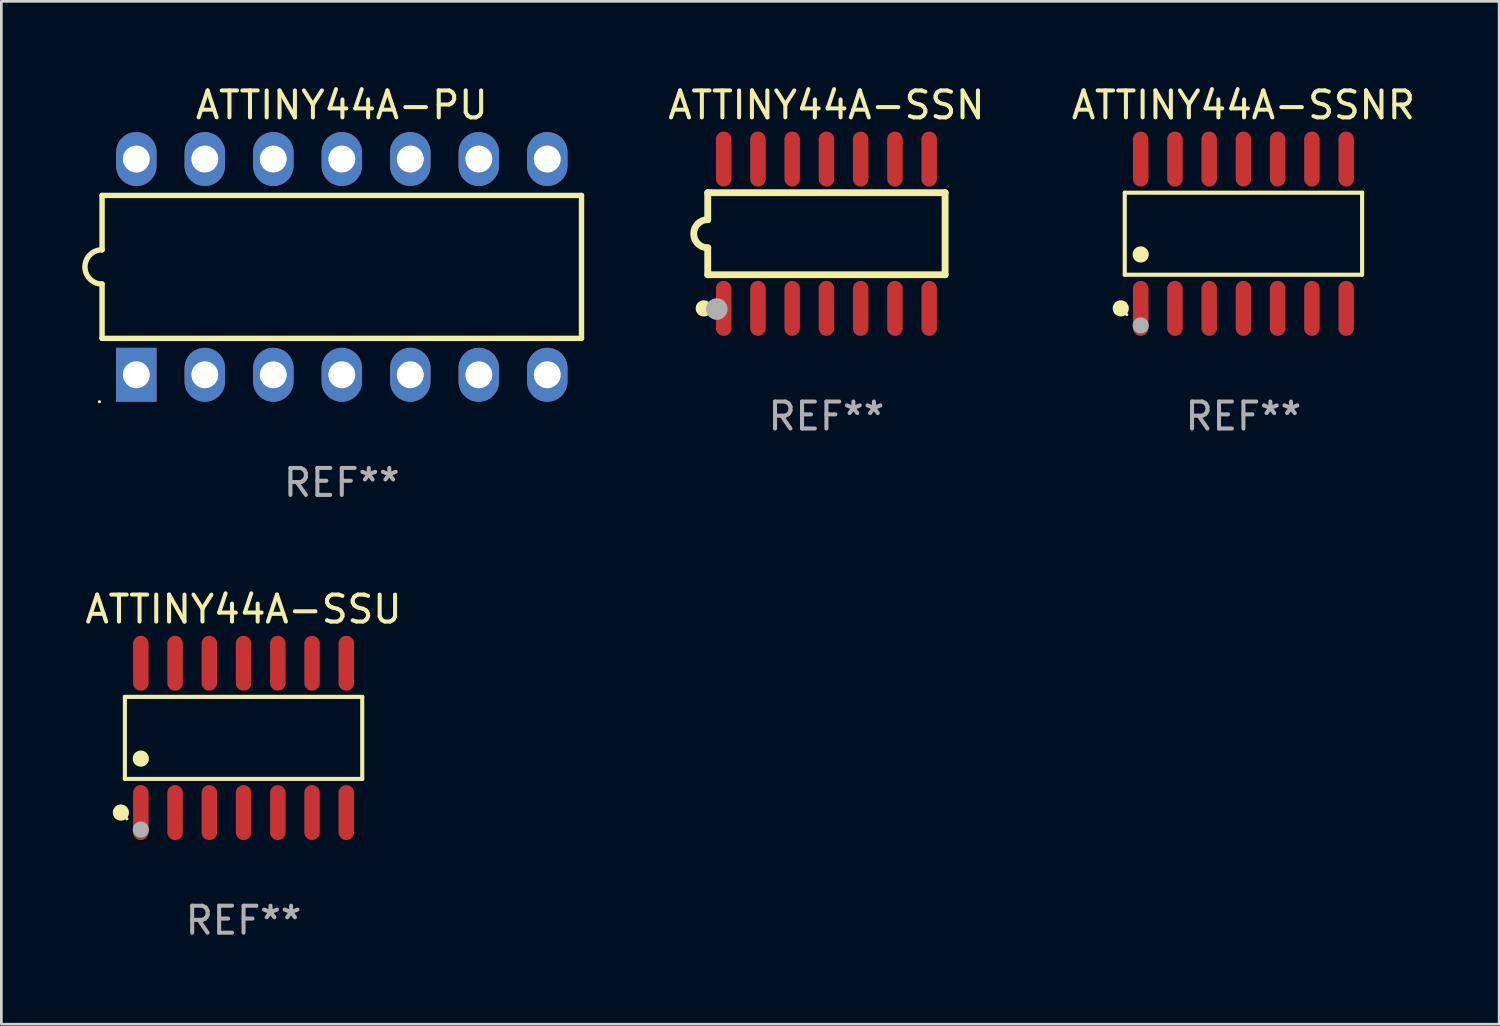
<source format=kicad_pcb>
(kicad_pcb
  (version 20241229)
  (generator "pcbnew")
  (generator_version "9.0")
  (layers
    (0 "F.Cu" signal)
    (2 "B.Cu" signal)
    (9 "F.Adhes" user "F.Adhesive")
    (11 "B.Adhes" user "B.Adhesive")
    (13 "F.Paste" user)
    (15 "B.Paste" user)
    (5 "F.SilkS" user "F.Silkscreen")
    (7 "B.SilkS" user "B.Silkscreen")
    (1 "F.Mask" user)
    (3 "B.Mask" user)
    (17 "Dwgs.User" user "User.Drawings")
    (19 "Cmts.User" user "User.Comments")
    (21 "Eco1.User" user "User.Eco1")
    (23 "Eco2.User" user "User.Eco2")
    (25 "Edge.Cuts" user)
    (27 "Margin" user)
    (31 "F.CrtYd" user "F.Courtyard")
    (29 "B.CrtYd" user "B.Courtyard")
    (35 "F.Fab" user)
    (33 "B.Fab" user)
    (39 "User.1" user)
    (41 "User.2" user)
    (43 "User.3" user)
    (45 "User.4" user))
  (footprint "ATTINY44A-SSNR"
    (layer "F.Cu")
    (at 43.061 5.617)
    (property "Reference" "ATTINY44A-SSNR" (at 0 -4.769 0) (layer "F.SilkS") (effects (font (size 1 1) (thickness 0.15))))
    (attr through_hole)
    (fp_line (start -4.401 -1.521) (end 4.401 -1.521) (stroke (width 0.152) (type solid)) (layer "F.SilkS"))
    (fp_line (start -4.401 1.521) (end -4.401 -1.521) (stroke (width 0.152) (type solid)) (layer "F.SilkS"))
    (fp_line (start 4.401 -1.521) (end 4.401 1.521) (stroke (width 0.152) (type solid)) (layer "F.SilkS"))
    (fp_line (start 4.401 1.521) (end -4.401 1.521) (stroke (width 0.152) (type solid)) (layer "F.SilkS"))
    (fp_circle (center -4.549 2.769) (end -4.399 2.769) (stroke (width 0.3) (type solid)) (fill no) (layer "F.SilkS"))
    (fp_circle (center -4.325 3) (end -4.295 3) (stroke (width 0.06) (type solid)) (fill no) (layer "F.SilkS"))
    (fp_circle (center -3.81 0.769) (end -3.66 0.769) (stroke (width 0.3) (type solid)) (fill no) (layer "F.SilkS"))
    (fp_circle (center -3.81 3.4) (end -3.66 3.4) (stroke (width 0.3) (type solid)) (fill no) (layer "F.Fab"))
    (fp_text user "REF**" (at 0 6.769 0) (layer "F.Fab") (effects (font (size 1 1) (thickness 0.15))))
    (pad "1" smd oval (at -3.81 2.769) (size 0.574 2.038) (layers "F.Cu" "F.Mask" "F.Paste"))
    (pad "2" smd oval (at -2.54 2.769) (size 0.574 2.038) (layers "F.Cu" "F.Mask" "F.Paste"))
    (pad "3" smd oval (at -1.27 2.769) (size 0.574 2.038) (layers "F.Cu" "F.Mask" "F.Paste"))
    (pad "4" smd oval (at 0 2.769) (size 0.574 2.038) (layers "F.Cu" "F.Mask" "F.Paste"))
    (pad "5" smd oval (at 1.27 2.769) (size 0.574 2.038) (layers "F.Cu" "F.Mask" "F.Paste"))
    (pad "6" smd oval (at 2.54 2.769) (size 0.574 2.038) (layers "F.Cu" "F.Mask" "F.Paste"))
    (pad "7" smd oval (at 3.81 2.769) (size 0.574 2.038) (layers "F.Cu" "F.Mask" "F.Paste"))
    (pad "8" smd oval (at 3.81 -2.769) (size 0.574 2.038) (layers "F.Cu" "F.Mask" "F.Paste"))
    (pad "9" smd oval (at 2.54 -2.769) (size 0.574 2.038) (layers "F.Cu" "F.Mask" "F.Paste"))
    (pad "10" smd oval (at 1.27 -2.769) (size 0.574 2.038) (layers "F.Cu" "F.Mask" "F.Paste"))
    (pad "11" smd oval (at 0 -2.769) (size 0.574 2.038) (layers "F.Cu" "F.Mask" "F.Paste"))
    (pad "12" smd oval (at -1.27 -2.769) (size 0.574 2.038) (layers "F.Cu" "F.Mask" "F.Paste"))
    (pad "13" smd oval (at -2.54 -2.769) (size 0.574 2.038) (layers "F.Cu" "F.Mask" "F.Paste"))
    (pad "14" smd oval (at -3.81 -2.769) (size 0.574 2.038) (layers "F.Cu" "F.Mask" "F.Paste")))
  (footprint "ATTINY44A-SSN"
    (layer "F.Cu")
    (at 27.597 5.617)
    (property "Reference" "ATTINY44A-SSN" (at 0 -4.769 0) (layer "F.SilkS") (effects (font (size 1 1) (thickness 0.15))))
    (attr through_hole)
    (fp_line (start -4.401 -1.521) (end -4.401 -0.521) (stroke (width 0.254) (type solid)) (layer "F.SilkS"))
    (fp_line (start -4.401 -1.521) (end 4.401 -1.521) (stroke (width 0.254) (type solid)) (layer "F.SilkS"))
    (fp_line (start -4.401 1.521) (end -4.401 0.521) (stroke (width 0.254) (type solid)) (layer "F.SilkS"))
    (fp_line (start 4.401 -1.521) (end 4.401 1.521) (stroke (width 0.254) (type solid)) (layer "F.SilkS"))
    (fp_line (start 4.401 1.521) (end -4.401 1.521) (stroke (width 0.254) (type solid)) (layer "F.SilkS"))
    (fp_arc (start -4.401219 0.521412) (mid -4.922275 0.000165) (end -4.401092 -0.520954) (stroke (width 0.254001) (type solid)) (layer "F.SilkS"))
    (fp_circle (center -4.549 2.769) (end -4.399 2.769) (stroke (width 0.3) (type solid)) (fill no) (layer "F.SilkS"))
    (fp_circle (center -4.325 3) (end -4.295 3) (stroke (width 0.06) (type solid)) (fill no) (layer "F.SilkS"))
    (fp_circle (center -4.064 2.794) (end -3.864 2.794) (stroke (width 0.4) (type solid)) (fill no) (layer "F.Fab"))
    (fp_text user "REF**" (at 0 6.769 0) (layer "F.Fab") (effects (font (size 1 1) (thickness 0.15))))
    (pad "1" smd oval (at -3.81 2.769) (size 0.574 2.038) (layers "F.Cu" "F.Mask" "F.Paste"))
    (pad "2" smd oval (at -2.54 2.769) (size 0.574 2.038) (layers "F.Cu" "F.Mask" "F.Paste"))
    (pad "3" smd oval (at -1.27 2.769) (size 0.574 2.038) (layers "F.Cu" "F.Mask" "F.Paste"))
    (pad "4" smd oval (at -0.000025 2.769) (size 0.574 2.038) (layers "F.Cu" "F.Mask" "F.Paste"))
    (pad "5" smd oval (at 1.27 2.769) (size 0.574 2.038) (layers "F.Cu" "F.Mask" "F.Paste"))
    (pad "6" smd oval (at 2.54 2.769) (size 0.574 2.038) (layers "F.Cu" "F.Mask" "F.Paste"))
    (pad "7" smd oval (at 3.81 2.769) (size 0.574 2.038) (layers "F.Cu" "F.Mask" "F.Paste"))
    (pad "8" smd oval (at 3.81 -2.769) (size 0.574 2.038) (layers "F.Cu" "F.Mask" "F.Paste"))
    (pad "9" smd oval (at 2.54 -2.769) (size 0.574 2.038) (layers "F.Cu" "F.Mask" "F.Paste"))
    (pad "10" smd oval (at 1.27 -2.769) (size 0.574 2.038) (layers "F.Cu" "F.Mask" "F.Paste"))
    (pad "11" smd oval (at -0.000025 -2.769) (size 0.574 2.038) (layers "F.Cu" "F.Mask" "F.Paste"))
    (pad "12" smd oval (at -1.27 -2.769) (size 0.574 2.038) (layers "F.Cu" "F.Mask" "F.Paste"))
    (pad "13" smd oval (at -2.54 -2.769) (size 0.574 2.038) (layers "F.Cu" "F.Mask" "F.Paste"))
    (pad "14" smd oval (at -3.81 -2.769) (size 0.574 2.038) (layers "F.Cu" "F.Mask" "F.Paste")))
  (footprint "ATTINY44A-SSU"
    (layer "F.Cu")
    (at 5.982 24.314)
    (property "Reference" "ATTINY44A-SSU" (at 0 -4.769 0) (layer "F.SilkS") (effects (font (size 1 1) (thickness 0.15))))
    (attr through_hole)
    (fp_line (start -4.401 -1.521) (end 4.401 -1.521) (stroke (width 0.152) (type solid)) (layer "F.SilkS"))
    (fp_line (start -4.401 1.521) (end -4.401 -1.521) (stroke (width 0.152) (type solid)) (layer "F.SilkS"))
    (fp_line (start 4.401 -1.521) (end 4.401 1.521) (stroke (width 0.152) (type solid)) (layer "F.SilkS"))
    (fp_line (start 4.401 1.521) (end -4.401 1.521) (stroke (width 0.152) (type solid)) (layer "F.SilkS"))
    (fp_circle (center -4.549 2.769) (end -4.399 2.769) (stroke (width 0.3) (type solid)) (fill no) (layer "F.SilkS"))
    (fp_circle (center -4.325 3) (end -4.295 3) (stroke (width 0.06) (type solid)) (fill no) (layer "F.SilkS"))
    (fp_circle (center -3.81 0.769) (end -3.66 0.769) (stroke (width 0.3) (type solid)) (fill no) (layer "F.SilkS"))
    (fp_circle (center -3.81 3.4) (end -3.66 3.4) (stroke (width 0.3) (type solid)) (fill no) (layer "F.Fab"))
    (fp_text user "REF**" (at 0 6.769 0) (layer "F.Fab") (effects (font (size 1 1) (thickness 0.15))))
    (pad "1" smd oval (at -3.81 2.769) (size 0.574 2.038) (layers "F.Cu" "F.Mask" "F.Paste"))
    (pad "2" smd oval (at -2.54 2.769) (size 0.574 2.038) (layers "F.Cu" "F.Mask" "F.Paste"))
    (pad "3" smd oval (at -1.27 2.769) (size 0.574 2.038) (layers "F.Cu" "F.Mask" "F.Paste"))
    (pad "4" smd oval (at 0 2.769) (size 0.574 2.038) (layers "F.Cu" "F.Mask" "F.Paste"))
    (pad "5" smd oval (at 1.27 2.769) (size 0.574 2.038) (layers "F.Cu" "F.Mask" "F.Paste"))
    (pad "6" smd oval (at 2.54 2.769) (size 0.574 2.038) (layers "F.Cu" "F.Mask" "F.Paste"))
    (pad "7" smd oval (at 3.81 2.769) (size 0.574 2.038) (layers "F.Cu" "F.Mask" "F.Paste"))
    (pad "8" smd oval (at 3.81 -2.769) (size 0.574 2.038) (layers "F.Cu" "F.Mask" "F.Paste"))
    (pad "9" smd oval (at 2.54 -2.769) (size 0.574 2.038) (layers "F.Cu" "F.Mask" "F.Paste"))
    (pad "10" smd oval (at 1.27 -2.769) (size 0.574 2.038) (layers "F.Cu" "F.Mask" "F.Paste"))
    (pad "11" smd oval (at 0 -2.769) (size 0.574 2.038) (layers "F.Cu" "F.Mask" "F.Paste"))
    (pad "12" smd oval (at -1.27 -2.769) (size 0.574 2.038) (layers "F.Cu" "F.Mask" "F.Paste"))
    (pad "13" smd oval (at -2.54 -2.769) (size 0.574 2.038) (layers "F.Cu" "F.Mask" "F.Paste"))
    (pad "14" smd oval (at -3.81 -2.769) (size 0.574 2.038) (layers "F.Cu" "F.Mask" "F.Paste")))
  (footprint "ATTINY44A-PU"
    (layer "F.Cu")
    (at 9.625 6.848)
    (property "Reference" "ATTINY44A-PU" (at 0 -6 0) (layer "F.SilkS") (effects (font (size 1 1) (thickness 0.15))))
    (attr through_hole)
    (fp_line (start -8.89 -2.65) (end -8.89 -0.635) (stroke (width 0.2) (type solid)) (layer "F.SilkS"))
    (fp_line (start -8.89 0.635) (end -8.89 2.65) (stroke (width 0.2) (type solid)) (layer "F.SilkS"))
    (fp_line (start -8.89 2.65) (end 8.89 2.65) (stroke (width 0.2) (type solid)) (layer "F.SilkS"))
    (fp_line (start 8.89 -2.65) (end -8.89 -2.65) (stroke (width 0.2) (type solid)) (layer "F.SilkS"))
    (fp_line (start 8.89 2.65) (end 8.89 -2.65) (stroke (width 0.2) (type solid)) (layer "F.SilkS"))
    (fp_arc (start -8.890018 0.635001) (mid -9.525019 0) (end -8.890018 -0.635001) (stroke (width 0.2) (type solid)) (layer "F.SilkS"))
    (fp_circle (center -8.99 5) (end -8.96 5) (stroke (width 0.06) (type solid)) (fill no) (layer "F.SilkS"))
    (fp_text user "REF**" (at 0 8 0) (layer "F.Fab") (effects (font (size 1 1) (thickness 0.15))))
    (pad "1" thru_hole rect (at -7.62 4 90) (size 2 1.5) (drill 1) (layers "*.Cu" "*.Mask"))
    (pad "2" thru_hole oval (at -5.08 4 90) (size 2 1.5) (drill 1) (layers "*.Cu" "*.Mask"))
    (pad "3" thru_hole oval (at -2.54 4 90) (size 2 1.5) (drill 1) (layers "*.Cu" "*.Mask"))
    (pad "4" thru_hole oval (at 0 4 90) (size 2 1.5) (drill 1) (layers "*.Cu" "*.Mask"))
    (pad "5" thru_hole oval (at 2.54 4 90) (size 2 1.5) (drill 1) (layers "*.Cu" "*.Mask"))
    (pad "6" thru_hole oval (at 5.08 4 90) (size 2 1.5) (drill 1) (layers "*.Cu" "*.Mask"))
    (pad "7" thru_hole oval (at 7.62 4 90) (size 2 1.5) (drill 1) (layers "*.Cu" "*.Mask"))
    (pad "8" thru_hole oval (at 7.62 -4 90) (size 2 1.5) (drill 1) (layers "*.Cu" "*.Mask"))
    (pad "9" thru_hole oval (at 5.08 -4 90) (size 2 1.5) (drill 1) (layers "*.Cu" "*.Mask"))
    (pad "10" thru_hole oval (at 2.54 -4 90) (size 2 1.5) (drill 1) (layers "*.Cu" "*.Mask"))
    (pad "11" thru_hole oval (at 0 -4 90) (size 2 1.5) (drill 1) (layers "*.Cu" "*.Mask"))
    (pad "12" thru_hole oval (at -2.54 -4 90) (size 2 1.5) (drill 1) (layers "*.Cu" "*.Mask"))
    (pad "13" thru_hole oval (at -5.08 -4 90) (size 2 1.5) (drill 1) (layers "*.Cu" "*.Mask"))
    (pad "14" thru_hole oval (at -7.62 -4 90) (size 2 1.5) (drill 1) (layers "*.Cu" "*.Mask")))
  (gr_rect
    (start -3 -3)
    (end 52.544 34.931)
    (stroke (width 0.1) (type default))
    (fill no)
    (layer "Edge.Cuts")))
</source>
